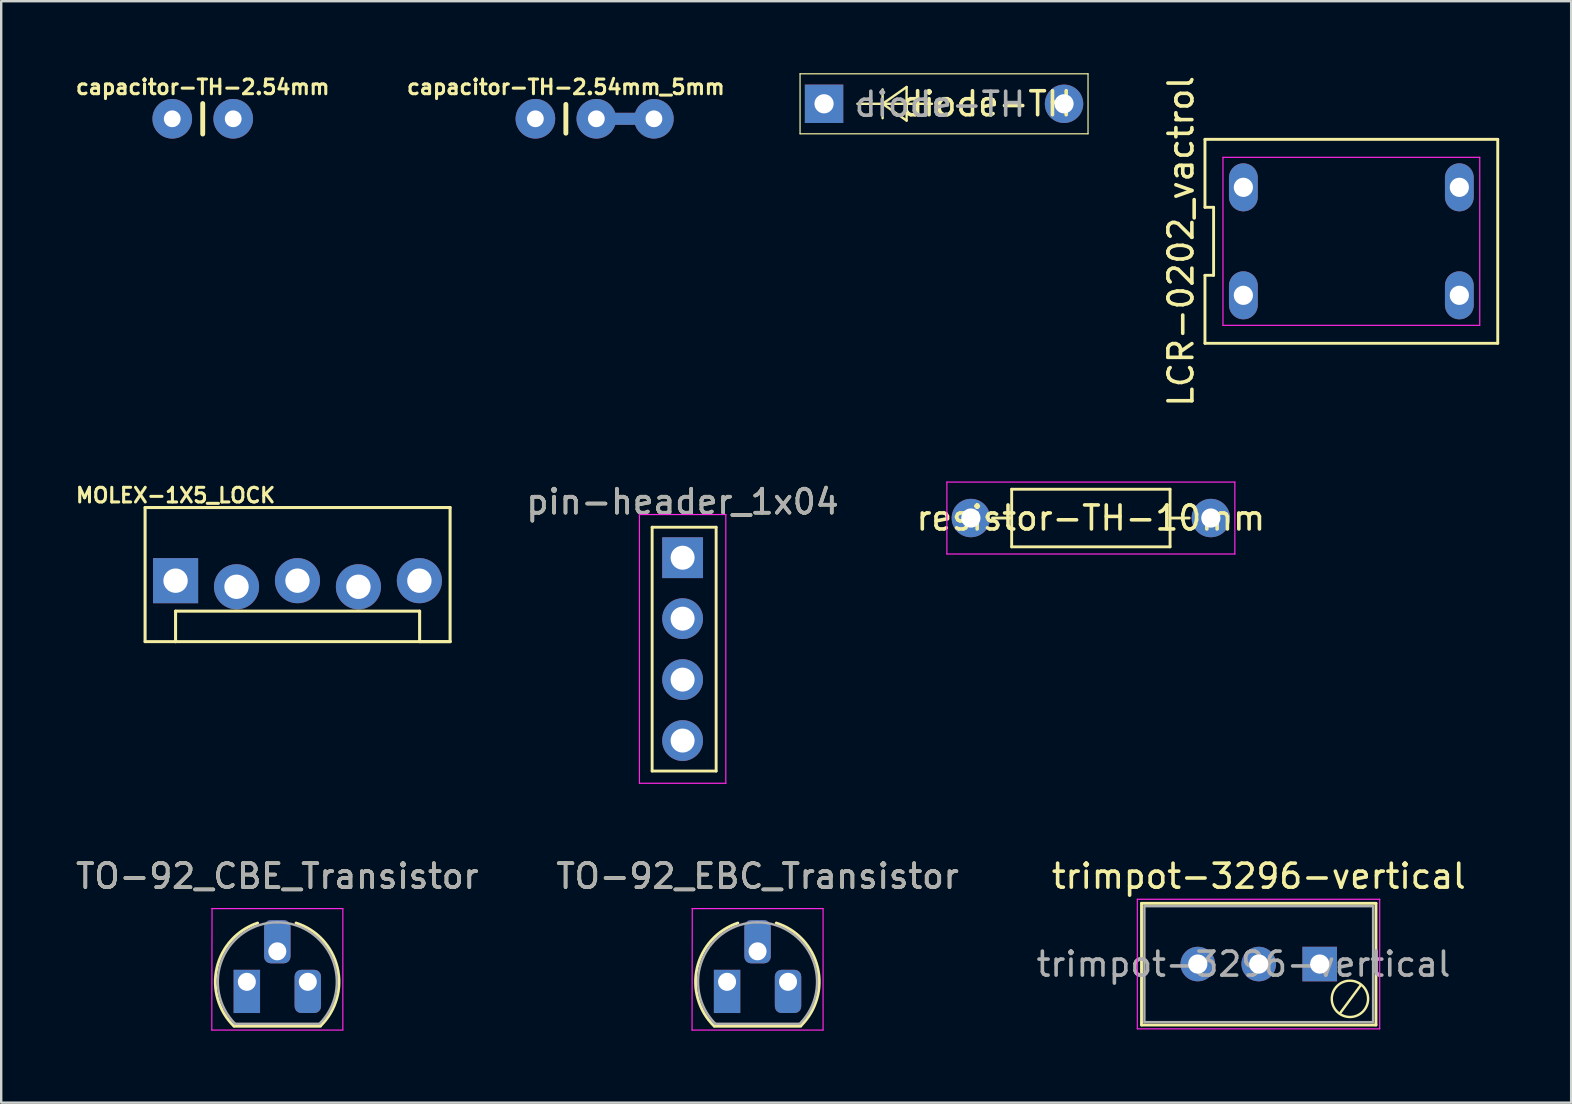
<source format=kicad_pcb>
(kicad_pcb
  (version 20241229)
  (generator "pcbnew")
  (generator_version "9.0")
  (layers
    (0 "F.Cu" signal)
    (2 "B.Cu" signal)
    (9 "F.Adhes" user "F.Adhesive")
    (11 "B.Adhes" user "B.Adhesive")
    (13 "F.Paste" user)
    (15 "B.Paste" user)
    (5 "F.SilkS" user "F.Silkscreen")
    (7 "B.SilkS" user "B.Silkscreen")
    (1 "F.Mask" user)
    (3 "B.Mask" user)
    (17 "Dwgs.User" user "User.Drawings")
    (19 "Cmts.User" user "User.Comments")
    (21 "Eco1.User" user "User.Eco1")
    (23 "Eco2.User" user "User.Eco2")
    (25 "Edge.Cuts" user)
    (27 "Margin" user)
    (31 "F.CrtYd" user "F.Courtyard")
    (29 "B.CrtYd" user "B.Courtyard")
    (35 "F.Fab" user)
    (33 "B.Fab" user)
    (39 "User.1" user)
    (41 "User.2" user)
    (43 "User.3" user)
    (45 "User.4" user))
  (footprint "resistor-TH-10mm"
    (layer "F.Cu")
    (at 42.407 18.537)
    (property "Reference" "resistor-TH-10mm" (at 0 0 0) (layer "F.SilkS") (effects (font (size 1 1) (thickness 0.15))))
    (attr through_hole)
    (fp_line (start -4.1 0) (end -3.3 0) (stroke (width 0.12) (type solid)) (layer "F.SilkS"))
    (fp_line (start -3.3 -1.2) (end -3.3 1.2) (stroke (width 0.12) (type solid)) (layer "F.SilkS"))
    (fp_line (start -3.3 1.2) (end 3.3 1.2) (stroke (width 0.12) (type solid)) (layer "F.SilkS"))
    (fp_line (start 3.3 -1.2) (end -3.3 -1.2) (stroke (width 0.12) (type solid)) (layer "F.SilkS"))
    (fp_line (start 3.3 1.2) (end 3.3 -1.2) (stroke (width 0.12) (type solid)) (layer "F.SilkS"))
    (fp_line (start 4.1 0) (end 3.3 0) (stroke (width 0.12) (type solid)) (layer "F.SilkS"))
    (fp_line (start -6 -1.5) (end -6 1.5) (stroke (width 0.05) (type solid)) (layer "F.CrtYd"))
    (fp_line (start -6 1.5) (end 6 1.5) (stroke (width 0.05) (type solid)) (layer "F.CrtYd"))
    (fp_line (start 6 -1.5) (end -6 -1.5) (stroke (width 0.05) (type solid)) (layer "F.CrtYd"))
    (fp_line (start 6 1.5) (end 6 -1.5) (stroke (width 0.05) (type solid)) (layer "F.CrtYd"))
    (pad "1" thru_hole circle (at -5 0) (size 1.6 1.6) (drill 0.8) (layers "*.Cu" "*.Mask"))
    (pad "2" thru_hole oval (at 5 0) (size 1.6 1.6) (drill 0.8) (layers "*.Cu" "*.Mask")))
  (footprint "pin-header_1x04"
    (layer "F.Cu")
    (at 25.395 20.19)
    (property "Reference" "pin-header_1x04" (at 0 -2.33 0) (layer "F.SilkS") (effects (font (size 1 1) (thickness 0.15))))
    (attr through_hole)
    (fp_line (start -1.27 -1.27) (end -1.27 8.89) (stroke (width 0.12) (type solid)) (layer "F.SilkS"))
    (fp_line (start -1.27 8.89) (end 1.397 8.89) (stroke (width 0.12) (type solid)) (layer "F.SilkS"))
    (fp_line (start 1.397 -1.27) (end -1.27 -1.27) (stroke (width 0.12) (type solid)) (layer "F.SilkS"))
    (fp_line (start 1.397 8.89) (end 1.397 -1.27) (stroke (width 0.12) (type solid)) (layer "F.SilkS"))
    (fp_line (start -1.8 -1.8) (end -1.8 9.4) (stroke (width 0.05) (type solid)) (layer "F.CrtYd"))
    (fp_line (start -1.8 9.4) (end 1.8 9.4) (stroke (width 0.05) (type solid)) (layer "F.CrtYd"))
    (fp_line (start 1.8 -1.8) (end -1.8 -1.8) (stroke (width 0.05) (type solid)) (layer "F.CrtYd"))
    (fp_line (start 1.8 9.4) (end 1.8 -1.8) (stroke (width 0.05) (type solid)) (layer "F.CrtYd"))
    (fp_text user "${REFERENCE}" (at 0 -2.33 0) (layer "F.Fab") (effects (font (size 1 1) (thickness 0.15))))
    (pad "1" thru_hole rect (at 0 0) (size 1.7 1.7) (drill 1) (layers "*.Cu" "*.Mask"))
    (pad "2" thru_hole oval (at 0 2.54) (size 1.7 1.7) (drill 1) (layers "*.Cu" "*.Mask"))
    (pad "3" thru_hole oval (at 0 5.08) (size 1.7 1.7) (drill 1) (layers "*.Cu" "*.Mask"))
    (pad "4" thru_hole oval (at 0 7.62) (size 1.7 1.7) (drill 1) (layers "*.Cu" "*.Mask")))
  (footprint "TO-92_CBE_Transistor"
    (layer "F.Cu")
    (at 7.236 37.863)
    (property "Reference" "TO-92_CBE_Transistor" (at 1.27 -4.4 0) (layer "F.SilkS") (effects (font (size 1 1) (thickness 0.15))))
    (attr through_hole)
    (fp_line (start -0.53 1.85) (end 3.07 1.85) (stroke (width 0.12) (type solid)) (layer "F.SilkS"))
    (fp_arc (start -0.541875 1.841741) (mid -1.247231 -0.581764) (end 0.45 -2.45) (stroke (width 0.12) (type solid)) (layer "F.SilkS"))
    (fp_arc (start 2.05 -2.45) (mid 3.769931 -0.601036) (end 3.078445 1.827684) (stroke (width 0.12) (type solid)) (layer "F.SilkS"))
    (fp_line (start -1.46 -3.05) (end 4 -3.05) (stroke (width 0.05) (type solid)) (layer "F.CrtYd"))
    (fp_line (start -1.45 -3.05) (end -1.46 2.01) (stroke (width 0.05) (type solid)) (layer "F.CrtYd"))
    (fp_line (start 4 2.01) (end -1.46 2.01) (stroke (width 0.05) (type solid)) (layer "F.CrtYd"))
    (fp_line (start 4 2.01) (end 4 -3.05) (stroke (width 0.05) (type solid)) (layer "F.CrtYd"))
    (fp_line (start -0.5 1.75) (end 3 1.75) (stroke (width 0.1) (type solid)) (layer "F.Fab"))
    (fp_arc (start -0.483625 1.753625) (mid -1.021221 -0.949055) (end 1.27 -2.48) (stroke (width 0.1) (type solid)) (layer "F.Fab"))
    (fp_arc (start 1.27 -2.48) (mid 3.561221 -0.949055) (end 3.023625 1.753625) (stroke (width 0.1) (type solid)) (layer "F.Fab"))
    (fp_text user "${REFERENCE}" (at 1.27 -4.4 0) (layer "F.Fab") (effects (font (size 1 1) (thickness 0.15))))
    (pad "B" thru_hole roundrect (at 1.27 -1.27) (size 1.1 1.8) (drill 0.75 (offset 0 -0.4)) (layers "*.Cu" "*.Mask") (roundrect_rratio 0.25))
    (pad "C" thru_hole rect (at 0 0) (size 1.1 1.8) (drill 0.75 (offset 0 0.4)) (layers "*.Cu" "*.Mask"))
    (pad "E" thru_hole roundrect (at 2.54 0) (size 1.1 1.8) (drill 0.75 (offset 0 0.4)) (layers "*.Cu" "*.Mask") (roundrect_rratio 0.25)))
  (footprint "MOLEX-1X5_LOCK"
    (layer "F.Cu")
    (at 4.266 21.147)
    (property "Reference" "MOLEX-1X5_LOCK" (at 0 -3.556 0) (layer "F.SilkS") (effects (font (size 0.61 0.61) (thickness 0.127))))
    (attr through_hole)
    (fp_line (start -1.27 -3.048) (end -1.27 2.54) (stroke (width 0.127) (type solid)) (layer "F.SilkS"))
    (fp_line (start 0 1.27) (end 10.17 1.27) (stroke (width 0.127) (type solid)) (layer "F.SilkS"))
    (fp_line (start 0 2.54) (end -1.27 2.54) (stroke (width 0.127) (type solid)) (layer "F.SilkS"))
    (fp_line (start 0 2.54) (end 0 1.27) (stroke (width 0.127) (type solid)) (layer "F.SilkS"))
    (fp_line (start 10.17 1.27) (end 10.17 2.54) (stroke (width 0.127) (type solid)) (layer "F.SilkS"))
    (fp_line (start 11.44 -3.048) (end -1.27 -3.048) (stroke (width 0.127) (type solid)) (layer "F.SilkS"))
    (fp_line (start 11.44 -3.048) (end 11.44 2.54) (stroke (width 0.127) (type solid)) (layer "F.SilkS"))
    (fp_line (start 11.44 2.54) (end 0 2.54) (stroke (width 0.127) (type solid)) (layer "F.SilkS"))
    (fp_line (start 11.44 2.54) (end 10.17 2.54) (stroke (width 0.127) (type solid)) (layer "F.SilkS"))
    (fp_line (start -0.254 -0.124) (end 0.254 -0.124) (stroke (width 0.066) (type solid)) (layer "Dwgs.User"))
    (fp_line (start -0.254 0.384) (end -0.254 -0.124) (stroke (width 0.066) (type solid)) (layer "Dwgs.User"))
    (fp_line (start -0.254 0.384) (end 0.254 0.384) (stroke (width 0.066) (type solid)) (layer "Dwgs.User"))
    (fp_line (start 0.254 0.384) (end 0.254 -0.124) (stroke (width 0.066) (type solid)) (layer "Dwgs.User"))
    (fp_line (start 2.286 -0.124) (end 2.794 -0.124) (stroke (width 0.066) (type solid)) (layer "Dwgs.User"))
    (fp_line (start 2.286 0.384) (end 2.286 -0.124) (stroke (width 0.066) (type solid)) (layer "Dwgs.User"))
    (fp_line (start 2.286 0.384) (end 2.794 0.384) (stroke (width 0.066) (type solid)) (layer "Dwgs.User"))
    (fp_line (start 2.794 0.384) (end 2.794 -0.124) (stroke (width 0.066) (type solid)) (layer "Dwgs.User"))
    (fp_line (start 4.826 -0.124) (end 5.334 -0.124) (stroke (width 0.066) (type solid)) (layer "Dwgs.User"))
    (fp_line (start 4.826 0.384) (end 4.826 -0.124) (stroke (width 0.066) (type solid)) (layer "Dwgs.User"))
    (fp_line (start 4.826 0.384) (end 5.334 0.384) (stroke (width 0.066) (type solid)) (layer "Dwgs.User"))
    (fp_line (start 5.334 0.384) (end 5.334 -0.124) (stroke (width 0.066) (type solid)) (layer "Dwgs.User"))
    (fp_line (start 7.366 -0.124) (end 7.874 -0.124) (stroke (width 0.066) (type solid)) (layer "Dwgs.User"))
    (fp_line (start 7.366 0.384) (end 7.366 -0.124) (stroke (width 0.066) (type solid)) (layer "Dwgs.User"))
    (fp_line (start 7.366 0.384) (end 7.874 0.384) (stroke (width 0.066) (type solid)) (layer "Dwgs.User"))
    (fp_line (start 7.874 0.384) (end 7.874 -0.124) (stroke (width 0.066) (type solid)) (layer "Dwgs.User"))
    (fp_line (start 9.906 -0.124) (end 10.414 -0.124) (stroke (width 0.066) (type solid)) (layer "Dwgs.User"))
    (fp_line (start 9.906 0.384) (end 9.906 -0.124) (stroke (width 0.066) (type solid)) (layer "Dwgs.User"))
    (fp_line (start 9.906 0.384) (end 10.414 0.384) (stroke (width 0.066) (type solid)) (layer "Dwgs.User"))
    (fp_line (start 10.414 0.384) (end 10.414 -0.124) (stroke (width 0.066) (type solid)) (layer "Dwgs.User"))
    (pad "1" thru_hole rect (at 0 0) (size 1.88 1.88) (drill 1.016) (layers "*.Cu" "*.Mask"))
    (pad "2" thru_hole circle (at 2.54 0.254) (size 1.88 1.88) (drill 1.016) (layers "*.Cu" "*.Mask"))
    (pad "3" thru_hole circle (at 5.08 0) (size 1.88 1.88) (drill 1.016) (layers "*.Cu" "*.Mask"))
    (pad "4" thru_hole circle (at 7.62 0.254) (size 1.88 1.88) (drill 1.016) (layers "*.Cu" "*.Mask"))
    (pad "5" thru_hole circle (at 10.16 0) (size 1.88 1.88) (drill 1.016) (layers "*.Cu" "*.Mask")))
  (footprint "trimpot-3296-vertical"
    (layer "F.Cu")
    (at 51.943 37.123)
    (property "Reference" "trimpot-3296-vertical" (at -2.54 -3.66 0) (layer "F.SilkS") (effects (font (size 1 1) (thickness 0.15))))
    (attr through_hole)
    (fp_line (start -7.425 -2.53) (end -7.425 2.54) (stroke (width 0.12) (type solid)) (layer "F.SilkS"))
    (fp_line (start -7.425 -2.53) (end 2.345 -2.53) (stroke (width 0.12) (type solid)) (layer "F.SilkS"))
    (fp_line (start -7.425 2.54) (end 2.345 2.54) (stroke (width 0.12) (type solid)) (layer "F.SilkS"))
    (fp_line (start 0.84 2.06) (end 1.71 0.88) (stroke (width 0.1) (type solid)) (layer "F.SilkS"))
    (fp_line (start 2.345 -2.53) (end 2.345 2.54) (stroke (width 0.12) (type solid)) (layer "F.SilkS"))
    (fp_circle (center 1.26 1.45) (end 2.015 1.4) (stroke (width 0.1) (type solid)) (fill no) (layer "F.SilkS"))
    (fp_line (start -7.6 -2.7) (end -7.6 2.7) (stroke (width 0.05) (type solid)) (layer "F.CrtYd"))
    (fp_line (start -7.6 2.7) (end 2.5 2.7) (stroke (width 0.05) (type solid)) (layer "F.CrtYd"))
    (fp_line (start 2.5 -2.7) (end -7.6 -2.7) (stroke (width 0.05) (type solid)) (layer "F.CrtYd"))
    (fp_line (start 2.5 2.7) (end 2.5 -2.7) (stroke (width 0.05) (type solid)) (layer "F.CrtYd"))
    (fp_line (start -7.305 -2.41) (end -7.305 2.42) (stroke (width 0.1) (type solid)) (layer "F.Fab"))
    (fp_line (start -7.305 2.42) (end 2.225 2.42) (stroke (width 0.1) (type solid)) (layer "F.Fab"))
    (fp_line (start 2.225 -2.41) (end -7.305 -2.41) (stroke (width 0.1) (type solid)) (layer "F.Fab"))
    (fp_line (start 2.225 2.42) (end 2.225 -2.41) (stroke (width 0.1) (type solid)) (layer "F.Fab"))
    (fp_text user "${REFERENCE}" (at -3.175 0.005 0) (layer "F.Fab") (effects (font (size 1 1) (thickness 0.15))))
    (pad "1" thru_hole rect (at 0 0) (size 1.44 1.44) (drill 0.8) (layers "*.Cu" "*.Mask"))
    (pad "2" thru_hole circle (at -2.54 0) (size 1.44 1.44) (drill 0.8) (layers "*.Cu" "*.Mask"))
    (pad "3" thru_hole circle (at -5.08 0) (size 1.44 1.44) (drill 0.8) (layers "*.Cu" "*.Mask")))
  (footprint "capacitor-TH-2.54mm_5mm"
    (layer "F.Cu")
    (at 20.53 1.9)
    (property "Reference" "capacitor-TH-2.54mm_5mm" (at 0 -1.321 0) (layer "F.SilkS") (effects (font (size 0.61 0.61) (thickness 0.127))))
    (attr exclude_from_pos_files exclude_from_bom)
    (fp_line (start 0 -0.6) (end 0 0.6) (stroke (width 0.203) (type solid)) (layer "F.SilkS"))
    (pad "1" thru_hole circle (at -1.27 0) (size 1.651 1.651) (drill 0.699) (layers "*.Cu" "*.Mask"))
    (pad "2" thru_hole circle (at 1.27 0) (size 1.651 1.651) (drill 0.699) (layers "*.Cu" "*.Mask"))
    (pad "2" thru_hole custom (at 3.67 0) (size 1.651 1.651) (drill 0.699) (layers "*.Cu" "*.Mask") (options (anchor circle)) (primitives (gr_line (start 0 0) (end -2 0) (width 0.5)))))
  (footprint "LCR-0202_vactrol"
    (layer "F.Cu")
    (at 53.262 7.006)
    (property "Reference" "LCR-0202_vactrol" (at -7.1 0 90) (layer "F.SilkS") (effects (font (size 1 1) (thickness 0.15))))
    (attr through_hole)
    (fp_line (start -6.1 -4.25) (end -6.1 -1.417) (stroke (width 0.12) (type solid)) (layer "F.SilkS"))
    (fp_line (start -6.1 -1.417) (end -5.74 -1.417) (stroke (width 0.12) (type solid)) (layer "F.SilkS"))
    (fp_line (start -6.1 1.417) (end -6.1 4.25) (stroke (width 0.12) (type solid)) (layer "F.SilkS"))
    (fp_line (start -6.1 4.25) (end 6.1 4.25) (stroke (width 0.12) (type solid)) (layer "F.SilkS"))
    (fp_line (start -5.74 -1.417) (end -5.74 1.417) (stroke (width 0.12) (type solid)) (layer "F.SilkS"))
    (fp_line (start -5.74 1.417) (end -6.1 1.417) (stroke (width 0.12) (type solid)) (layer "F.SilkS"))
    (fp_line (start 6.1 -4.25) (end -6.1 -4.25) (stroke (width 0.12) (type solid)) (layer "F.SilkS"))
    (fp_line (start 6.1 4.25) (end 6.1 -4.25) (stroke (width 0.12) (type solid)) (layer "F.SilkS"))
    (fp_line (start -5.35 -3.5) (end 5.35 -3.5) (stroke (width 0.05) (type solid)) (layer "F.CrtYd"))
    (fp_line (start -5.35 3.5) (end -5.35 -3.5) (stroke (width 0.05) (type solid)) (layer "F.CrtYd"))
    (fp_line (start 5.35 -3.5) (end 5.35 3.5) (stroke (width 0.05) (type solid)) (layer "F.CrtYd"))
    (fp_line (start 5.35 3.5) (end -5.35 3.5) (stroke (width 0.05) (type solid)) (layer "F.CrtYd"))
    (pad "1" thru_hole oval (at -4.5 2.25) (size 1.2 2) (drill 0.8) (layers "*.Cu" "*.Mask"))
    (pad "2" thru_hole oval (at 4.5 2.25) (size 1.2 2) (drill 0.8) (layers "*.Cu" "*.Mask"))
    (pad "3" thru_hole oval (at 4.5 -2.25) (size 1.2 2) (drill 0.8) (layers "*.Cu" "*.Mask"))
    (pad "4" thru_hole oval (at -4.5 -2.25) (size 1.2 2) (drill 0.8) (layers "*.Cu" "*.Mask")))
  (footprint "diode-TH"
    (layer "F.Cu")
    (at 31.289 1.275)
    (property "Reference" "diode-TH" (at 6.78 0 0) (layer "F.SilkS") (effects (font (size 1 1) (thickness 0.15))))
    (attr through_hole)
    (fp_line (start -1 -1.25) (end -1 1.25) (stroke (width 0.05) (type solid)) (layer "F.SilkS"))
    (fp_line (start 1.39 0) (end 2.46 0) (stroke (width 0.1) (type solid)) (layer "F.SilkS"))
    (fp_line (start 2.44 0) (end 2.44 -0.6) (stroke (width 0.1) (type solid)) (layer "F.SilkS"))
    (fp_line (start 2.44 0) (end 2.44 0.6) (stroke (width 0.1) (type solid)) (layer "F.SilkS"))
    (fp_line (start 2.44 0) (end 3.44 -0.7) (stroke (width 0.1) (type solid)) (layer "F.SilkS"))
    (fp_line (start 2.47 0) (end 3.43 0) (stroke (width 0.1) (type solid)) (layer "F.SilkS"))
    (fp_line (start 3.43 0) (end 4.5 0) (stroke (width 0.1) (type solid)) (layer "F.SilkS"))
    (fp_line (start 3.44 -0.7) (end 3.44 0.7) (stroke (width 0.1) (type solid)) (layer "F.SilkS"))
    (fp_line (start 3.44 0.7) (end 2.44 0) (stroke (width 0.1) (type solid)) (layer "F.SilkS"))
    (fp_line (start 11 -1.25) (end -1 -1.25) (stroke (width 0.05) (type solid)) (layer "F.SilkS"))
    (fp_line (start 11 -1.25) (end 11 1.25) (stroke (width 0.05) (type solid)) (layer "F.SilkS"))
    (fp_line (start 11 1.25) (end -1 1.25) (stroke (width 0.05) (type solid)) (layer "F.SilkS"))
    (fp_text user "${REFERENCE}" (at 4.83 0.02 0) (layer "F.Fab") (effects (font (size 1 1) (thickness 0.15))))
    (pad "1" thru_hole rect (at 0 0) (size 1.6 1.6) (drill 0.8) (layers "*.Cu" "*.Mask"))
    (pad "2" thru_hole circle (at 10 0) (size 1.6 1.6) (drill 0.8) (layers "*.Cu" "*.Mask")))
  (footprint "capacitor-TH-2.54mm"
    (layer "F.Cu")
    (at 5.398 1.9)
    (property "Reference" "capacitor-TH-2.54mm" (at 0 -1.321 0) (layer "F.SilkS") (effects (font (size 0.61 0.61) (thickness 0.127))))
    (attr exclude_from_pos_files exclude_from_bom)
    (fp_line (start 0 -0.635) (end 0 0.635) (stroke (width 0.203) (type solid)) (layer "F.SilkS"))
    (pad "1" thru_hole circle (at -1.27 0) (size 1.651 1.651) (drill 0.699) (layers "*.Cu" "*.Mask"))
    (pad "2" thru_hole circle (at 1.27 0) (size 1.651 1.651) (drill 0.699) (layers "*.Cu" "*.Mask")))
  (footprint "TO-92_EBC_Transistor"
    (layer "F.Cu")
    (at 27.248 37.863)
    (property "Reference" "TO-92_EBC_Transistor" (at 1.27 -4.4 0) (layer "F.SilkS") (effects (font (size 1 1) (thickness 0.15))))
    (attr through_hole)
    (fp_line (start -0.53 1.85) (end 3.07 1.85) (stroke (width 0.12) (type solid)) (layer "F.SilkS"))
    (fp_arc (start -0.541875 1.841741) (mid -1.247231 -0.581764) (end 0.45 -2.45) (stroke (width 0.12) (type solid)) (layer "F.SilkS"))
    (fp_arc (start 2.05 -2.45) (mid 3.769931 -0.601036) (end 3.078445 1.827684) (stroke (width 0.12) (type solid)) (layer "F.SilkS"))
    (fp_line (start -1.46 -3.05) (end 4 -3.05) (stroke (width 0.05) (type solid)) (layer "F.CrtYd"))
    (fp_line (start -1.45 -3.05) (end -1.46 2.01) (stroke (width 0.05) (type solid)) (layer "F.CrtYd"))
    (fp_line (start 4 2.01) (end -1.46 2.01) (stroke (width 0.05) (type solid)) (layer "F.CrtYd"))
    (fp_line (start 4 2.01) (end 4 -3.05) (stroke (width 0.05) (type solid)) (layer "F.CrtYd"))
    (fp_line (start -0.5 1.75) (end 3 1.75) (stroke (width 0.1) (type solid)) (layer "F.Fab"))
    (fp_arc (start -0.483625 1.753625) (mid -1.021221 -0.949055) (end 1.27 -2.48) (stroke (width 0.1) (type solid)) (layer "F.Fab"))
    (fp_arc (start 1.27 -2.48) (mid 3.561221 -0.949055) (end 3.023625 1.753625) (stroke (width 0.1) (type solid)) (layer "F.Fab"))
    (fp_text user "${REFERENCE}" (at 1.27 -4.4 0) (layer "F.Fab") (effects (font (size 1 1) (thickness 0.15))))
    (pad "B" thru_hole roundrect (at 1.27 -1.27) (size 1.1 1.8) (drill 0.75 (offset 0 -0.4)) (layers "*.Cu" "*.Mask") (roundrect_rratio 0.25))
    (pad "C" thru_hole roundrect (at 2.54 0) (size 1.1 1.8) (drill 0.75 (offset 0 0.4)) (layers "*.Cu" "*.Mask") (roundrect_rratio 0.25))
    (pad "E" thru_hole rect (at 0 0) (size 1.1 1.8) (drill 0.75 (offset 0 0.4)) (layers "*.Cu" "*.Mask")))
  (gr_rect
    (start -3 -3)
    (end 62.422 42.898)
    (stroke (width 0.1) (type default))
    (fill no)
    (layer "Edge.Cuts")))
</source>
